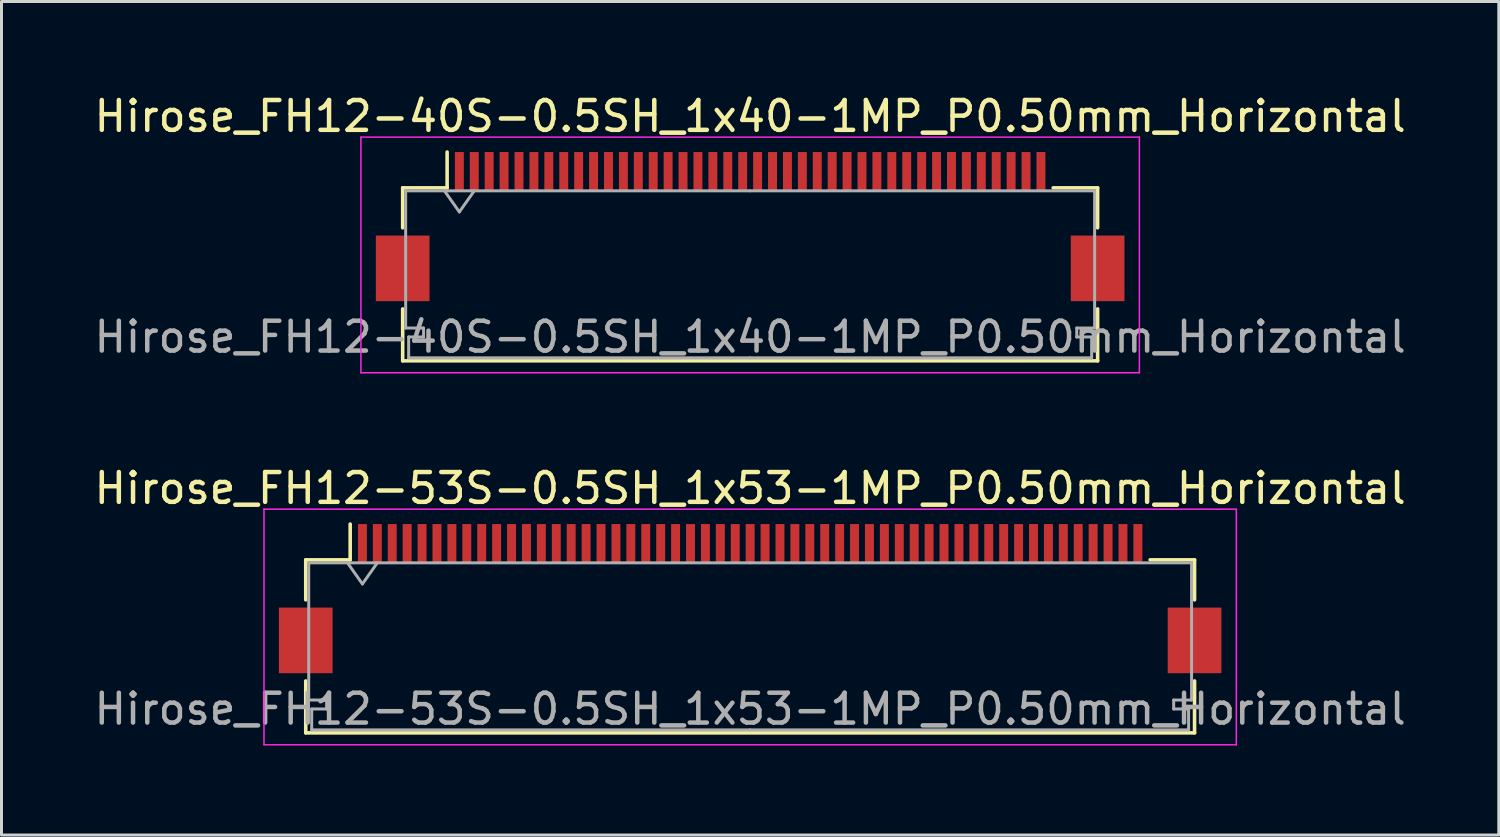
<source format=kicad_pcb>
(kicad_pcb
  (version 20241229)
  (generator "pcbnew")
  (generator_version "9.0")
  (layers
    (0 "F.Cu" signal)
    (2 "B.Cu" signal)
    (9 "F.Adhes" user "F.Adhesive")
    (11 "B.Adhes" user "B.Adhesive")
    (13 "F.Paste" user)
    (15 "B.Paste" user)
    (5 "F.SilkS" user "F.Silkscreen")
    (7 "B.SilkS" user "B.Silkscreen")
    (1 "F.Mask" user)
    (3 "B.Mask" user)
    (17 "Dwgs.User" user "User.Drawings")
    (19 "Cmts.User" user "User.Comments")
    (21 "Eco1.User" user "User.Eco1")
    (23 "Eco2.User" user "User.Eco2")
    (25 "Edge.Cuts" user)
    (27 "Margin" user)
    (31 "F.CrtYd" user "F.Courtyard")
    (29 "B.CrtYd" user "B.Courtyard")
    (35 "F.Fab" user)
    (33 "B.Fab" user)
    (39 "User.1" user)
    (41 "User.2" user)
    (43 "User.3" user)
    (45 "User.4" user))
  (footprint "Hirose_FH12-53S-0.5SH_1x53-1MP_P0.50mm_Horizontal"
    (layer "F.Cu")
    (at 22.101 17.021)
    (property "Reference" "Hirose_FH12-53S-0.5SH_1x53-1MP_P0.50mm_Horizontal" (at 0 -3.7 0) (layer "F.SilkS") (effects (font (size 1 1) (thickness 0.15))))
    (attr smd)
    (fp_line (start -14.9 -1.3) (end -14.9 0.04) (stroke (width 0.12) (type solid)) (layer "F.SilkS"))
    (fp_line (start -14.9 2.76) (end -14.9 4.5) (stroke (width 0.12) (type solid)) (layer "F.SilkS"))
    (fp_line (start -14.9 4.5) (end 14.9 4.5) (stroke (width 0.12) (type solid)) (layer "F.SilkS"))
    (fp_line (start -13.41 -1.3) (end -14.9 -1.3) (stroke (width 0.12) (type solid)) (layer "F.SilkS"))
    (fp_line (start -13.41 -1.3) (end -13.41 -2.5) (stroke (width 0.12) (type solid)) (layer "F.SilkS"))
    (fp_line (start 13.41 -1.3) (end 14.9 -1.3) (stroke (width 0.12) (type solid)) (layer "F.SilkS"))
    (fp_line (start 14.9 -1.3) (end 14.9 0.04) (stroke (width 0.12) (type solid)) (layer "F.SilkS"))
    (fp_line (start 14.9 4.5) (end 14.9 2.76) (stroke (width 0.12) (type solid)) (layer "F.SilkS"))
    (fp_line (start -16.3 -3) (end -16.3 4.9) (stroke (width 0.05) (type solid)) (layer "F.CrtYd"))
    (fp_line (start -16.3 4.9) (end 16.3 4.9) (stroke (width 0.05) (type solid)) (layer "F.CrtYd"))
    (fp_line (start 16.3 -3) (end -16.3 -3) (stroke (width 0.05) (type solid)) (layer "F.CrtYd"))
    (fp_line (start 16.3 4.9) (end 16.3 -3) (stroke (width 0.05) (type solid)) (layer "F.CrtYd"))
    (fp_line (start -14.8 -1.2) (end -14.8 3.4) (stroke (width 0.1) (type solid)) (layer "F.Fab"))
    (fp_line (start -14.8 3.4) (end -14.2 3.4) (stroke (width 0.1) (type solid)) (layer "F.Fab"))
    (fp_line (start -14.7 3.7) (end -14.7 4.4) (stroke (width 0.1) (type solid)) (layer "F.Fab"))
    (fp_line (start -14.7 4.4) (end 0 4.4) (stroke (width 0.1) (type solid)) (layer "F.Fab"))
    (fp_line (start -14.2 3.4) (end -14.2 3.7) (stroke (width 0.1) (type solid)) (layer "F.Fab"))
    (fp_line (start -14.2 3.7) (end -14.7 3.7) (stroke (width 0.1) (type solid)) (layer "F.Fab"))
    (fp_line (start -13.5 -1.2) (end -13 -0.493) (stroke (width 0.1) (type solid)) (layer "F.Fab"))
    (fp_line (start -13 -0.493) (end -12.5 -1.2) (stroke (width 0.1) (type solid)) (layer "F.Fab"))
    (fp_line (start 0 -1.2) (end -14.8 -1.2) (stroke (width 0.1) (type solid)) (layer "F.Fab"))
    (fp_line (start 0 -1.2) (end 14.8 -1.2) (stroke (width 0.1) (type solid)) (layer "F.Fab"))
    (fp_line (start 14.2 3.4) (end 14.2 3.7) (stroke (width 0.1) (type solid)) (layer "F.Fab"))
    (fp_line (start 14.2 3.7) (end 14.7 3.7) (stroke (width 0.1) (type solid)) (layer "F.Fab"))
    (fp_line (start 14.7 3.7) (end 14.7 4.4) (stroke (width 0.1) (type solid)) (layer "F.Fab"))
    (fp_line (start 14.7 4.4) (end 0 4.4) (stroke (width 0.1) (type solid)) (layer "F.Fab"))
    (fp_line (start 14.8 -1.2) (end 14.8 3.4) (stroke (width 0.1) (type solid)) (layer "F.Fab"))
    (fp_line (start 14.8 3.4) (end 14.2 3.4) (stroke (width 0.1) (type solid)) (layer "F.Fab"))
    (fp_text user "${REFERENCE}" (at 0 3.7 0) (layer "F.Fab") (effects (font (size 1 1) (thickness 0.15))))
    (pad "1" smd rect (at -13 -1.85) (size 0.3 1.3) (layers "F.Cu" "F.Mask" "F.Paste"))
    (pad "2" smd rect (at -12.5 -1.85) (size 0.3 1.3) (layers "F.Cu" "F.Mask" "F.Paste"))
    (pad "3" smd rect (at -12 -1.85) (size 0.3 1.3) (layers "F.Cu" "F.Mask" "F.Paste"))
    (pad "4" smd rect (at -11.5 -1.85) (size 0.3 1.3) (layers "F.Cu" "F.Mask" "F.Paste"))
    (pad "5" smd rect (at -11 -1.85) (size 0.3 1.3) (layers "F.Cu" "F.Mask" "F.Paste"))
    (pad "6" smd rect (at -10.5 -1.85) (size 0.3 1.3) (layers "F.Cu" "F.Mask" "F.Paste"))
    (pad "7" smd rect (at -10 -1.85) (size 0.3 1.3) (layers "F.Cu" "F.Mask" "F.Paste"))
    (pad "8" smd rect (at -9.5 -1.85) (size 0.3 1.3) (layers "F.Cu" "F.Mask" "F.Paste"))
    (pad "9" smd rect (at -9 -1.85) (size 0.3 1.3) (layers "F.Cu" "F.Mask" "F.Paste"))
    (pad "10" smd rect (at -8.5 -1.85) (size 0.3 1.3) (layers "F.Cu" "F.Mask" "F.Paste"))
    (pad "11" smd rect (at -8 -1.85) (size 0.3 1.3) (layers "F.Cu" "F.Mask" "F.Paste"))
    (pad "12" smd rect (at -7.5 -1.85) (size 0.3 1.3) (layers "F.Cu" "F.Mask" "F.Paste"))
    (pad "13" smd rect (at -7 -1.85) (size 0.3 1.3) (layers "F.Cu" "F.Mask" "F.Paste"))
    (pad "14" smd rect (at -6.5 -1.85) (size 0.3 1.3) (layers "F.Cu" "F.Mask" "F.Paste"))
    (pad "15" smd rect (at -6 -1.85) (size 0.3 1.3) (layers "F.Cu" "F.Mask" "F.Paste"))
    (pad "16" smd rect (at -5.5 -1.85) (size 0.3 1.3) (layers "F.Cu" "F.Mask" "F.Paste"))
    (pad "17" smd rect (at -5 -1.85) (size 0.3 1.3) (layers "F.Cu" "F.Mask" "F.Paste"))
    (pad "18" smd rect (at -4.5 -1.85) (size 0.3 1.3) (layers "F.Cu" "F.Mask" "F.Paste"))
    (pad "19" smd rect (at -4 -1.85) (size 0.3 1.3) (layers "F.Cu" "F.Mask" "F.Paste"))
    (pad "20" smd rect (at -3.5 -1.85) (size 0.3 1.3) (layers "F.Cu" "F.Mask" "F.Paste"))
    (pad "21" smd rect (at -3 -1.85) (size 0.3 1.3) (layers "F.Cu" "F.Mask" "F.Paste"))
    (pad "22" smd rect (at -2.5 -1.85) (size 0.3 1.3) (layers "F.Cu" "F.Mask" "F.Paste"))
    (pad "23" smd rect (at -2 -1.85) (size 0.3 1.3) (layers "F.Cu" "F.Mask" "F.Paste"))
    (pad "24" smd rect (at -1.5 -1.85) (size 0.3 1.3) (layers "F.Cu" "F.Mask" "F.Paste"))
    (pad "25" smd rect (at -1 -1.85) (size 0.3 1.3) (layers "F.Cu" "F.Mask" "F.Paste"))
    (pad "26" smd rect (at -0.5 -1.85) (size 0.3 1.3) (layers "F.Cu" "F.Mask" "F.Paste"))
    (pad "27" smd rect (at 0 -1.85) (size 0.3 1.3) (layers "F.Cu" "F.Mask" "F.Paste"))
    (pad "28" smd rect (at 0.5 -1.85) (size 0.3 1.3) (layers "F.Cu" "F.Mask" "F.Paste"))
    (pad "29" smd rect (at 1 -1.85) (size 0.3 1.3) (layers "F.Cu" "F.Mask" "F.Paste"))
    (pad "30" smd rect (at 1.5 -1.85) (size 0.3 1.3) (layers "F.Cu" "F.Mask" "F.Paste"))
    (pad "31" smd rect (at 2 -1.85) (size 0.3 1.3) (layers "F.Cu" "F.Mask" "F.Paste"))
    (pad "32" smd rect (at 2.5 -1.85) (size 0.3 1.3) (layers "F.Cu" "F.Mask" "F.Paste"))
    (pad "33" smd rect (at 3 -1.85) (size 0.3 1.3) (layers "F.Cu" "F.Mask" "F.Paste"))
    (pad "34" smd rect (at 3.5 -1.85) (size 0.3 1.3) (layers "F.Cu" "F.Mask" "F.Paste"))
    (pad "35" smd rect (at 4 -1.85) (size 0.3 1.3) (layers "F.Cu" "F.Mask" "F.Paste"))
    (pad "36" smd rect (at 4.5 -1.85) (size 0.3 1.3) (layers "F.Cu" "F.Mask" "F.Paste"))
    (pad "37" smd rect (at 5 -1.85) (size 0.3 1.3) (layers "F.Cu" "F.Mask" "F.Paste"))
    (pad "38" smd rect (at 5.5 -1.85) (size 0.3 1.3) (layers "F.Cu" "F.Mask" "F.Paste"))
    (pad "39" smd rect (at 6 -1.85) (size 0.3 1.3) (layers "F.Cu" "F.Mask" "F.Paste"))
    (pad "40" smd rect (at 6.5 -1.85) (size 0.3 1.3) (layers "F.Cu" "F.Mask" "F.Paste"))
    (pad "41" smd rect (at 7 -1.85) (size 0.3 1.3) (layers "F.Cu" "F.Mask" "F.Paste"))
    (pad "42" smd rect (at 7.5 -1.85) (size 0.3 1.3) (layers "F.Cu" "F.Mask" "F.Paste"))
    (pad "43" smd rect (at 8 -1.85) (size 0.3 1.3) (layers "F.Cu" "F.Mask" "F.Paste"))
    (pad "44" smd rect (at 8.5 -1.85) (size 0.3 1.3) (layers "F.Cu" "F.Mask" "F.Paste"))
    (pad "45" smd rect (at 9 -1.85) (size 0.3 1.3) (layers "F.Cu" "F.Mask" "F.Paste"))
    (pad "46" smd rect (at 9.5 -1.85) (size 0.3 1.3) (layers "F.Cu" "F.Mask" "F.Paste"))
    (pad "47" smd rect (at 10 -1.85) (size 0.3 1.3) (layers "F.Cu" "F.Mask" "F.Paste"))
    (pad "48" smd rect (at 10.5 -1.85) (size 0.3 1.3) (layers "F.Cu" "F.Mask" "F.Paste"))
    (pad "49" smd rect (at 11 -1.85) (size 0.3 1.3) (layers "F.Cu" "F.Mask" "F.Paste"))
    (pad "50" smd rect (at 11.5 -1.85) (size 0.3 1.3) (layers "F.Cu" "F.Mask" "F.Paste"))
    (pad "51" smd rect (at 12 -1.85) (size 0.3 1.3) (layers "F.Cu" "F.Mask" "F.Paste"))
    (pad "52" smd rect (at 12.5 -1.85) (size 0.3 1.3) (layers "F.Cu" "F.Mask" "F.Paste"))
    (pad "53" smd rect (at 13 -1.85) (size 0.3 1.3) (layers "F.Cu" "F.Mask" "F.Paste"))
    (pad "MP" smd rect (at -14.9 1.4) (size 1.8 2.2) (layers "F.Cu" "F.Mask" "F.Paste"))
    (pad "MP" smd rect (at 14.9 1.4) (size 1.8 2.2) (layers "F.Cu" "F.Mask" "F.Paste")))
  (footprint "Hirose_FH12-40S-0.5SH_1x40-1MP_P0.50mm_Horizontal"
    (layer "F.Cu")
    (at 22.101 4.548)
    (property "Reference" "Hirose_FH12-40S-0.5SH_1x40-1MP_P0.50mm_Horizontal" (at 0 -3.7 0) (layer "F.SilkS") (effects (font (size 1 1) (thickness 0.15))))
    (attr smd)
    (fp_line (start -11.65 -1.3) (end -11.65 0.04) (stroke (width 0.12) (type solid)) (layer "F.SilkS"))
    (fp_line (start -11.65 2.76) (end -11.65 4.5) (stroke (width 0.12) (type solid)) (layer "F.SilkS"))
    (fp_line (start -11.65 4.5) (end 11.65 4.5) (stroke (width 0.12) (type solid)) (layer "F.SilkS"))
    (fp_line (start -10.16 -1.3) (end -11.65 -1.3) (stroke (width 0.12) (type solid)) (layer "F.SilkS"))
    (fp_line (start -10.16 -1.3) (end -10.16 -2.5) (stroke (width 0.12) (type solid)) (layer "F.SilkS"))
    (fp_line (start 10.16 -1.3) (end 11.65 -1.3) (stroke (width 0.12) (type solid)) (layer "F.SilkS"))
    (fp_line (start 11.65 -1.3) (end 11.65 0.04) (stroke (width 0.12) (type solid)) (layer "F.SilkS"))
    (fp_line (start 11.65 4.5) (end 11.65 2.76) (stroke (width 0.12) (type solid)) (layer "F.SilkS"))
    (fp_line (start -13.05 -3) (end -13.05 4.9) (stroke (width 0.05) (type solid)) (layer "F.CrtYd"))
    (fp_line (start -13.05 4.9) (end 13.05 4.9) (stroke (width 0.05) (type solid)) (layer "F.CrtYd"))
    (fp_line (start 13.05 -3) (end -13.05 -3) (stroke (width 0.05) (type solid)) (layer "F.CrtYd"))
    (fp_line (start 13.05 4.9) (end 13.05 -3) (stroke (width 0.05) (type solid)) (layer "F.CrtYd"))
    (fp_line (start -11.55 -1.2) (end -11.55 3.4) (stroke (width 0.1) (type solid)) (layer "F.Fab"))
    (fp_line (start -11.55 3.4) (end -10.95 3.4) (stroke (width 0.1) (type solid)) (layer "F.Fab"))
    (fp_line (start -11.45 3.7) (end -11.45 4.4) (stroke (width 0.1) (type solid)) (layer "F.Fab"))
    (fp_line (start -11.45 4.4) (end 0 4.4) (stroke (width 0.1) (type solid)) (layer "F.Fab"))
    (fp_line (start -10.95 3.4) (end -10.95 3.7) (stroke (width 0.1) (type solid)) (layer "F.Fab"))
    (fp_line (start -10.95 3.7) (end -11.45 3.7) (stroke (width 0.1) (type solid)) (layer "F.Fab"))
    (fp_line (start -10.25 -1.2) (end -9.75 -0.493) (stroke (width 0.1) (type solid)) (layer "F.Fab"))
    (fp_line (start -9.75 -0.493) (end -9.25 -1.2) (stroke (width 0.1) (type solid)) (layer "F.Fab"))
    (fp_line (start 0 -1.2) (end -11.55 -1.2) (stroke (width 0.1) (type solid)) (layer "F.Fab"))
    (fp_line (start 0 -1.2) (end 11.55 -1.2) (stroke (width 0.1) (type solid)) (layer "F.Fab"))
    (fp_line (start 10.95 3.4) (end 10.95 3.7) (stroke (width 0.1) (type solid)) (layer "F.Fab"))
    (fp_line (start 10.95 3.7) (end 11.45 3.7) (stroke (width 0.1) (type solid)) (layer "F.Fab"))
    (fp_line (start 11.45 3.7) (end 11.45 4.4) (stroke (width 0.1) (type solid)) (layer "F.Fab"))
    (fp_line (start 11.45 4.4) (end 0 4.4) (stroke (width 0.1) (type solid)) (layer "F.Fab"))
    (fp_line (start 11.55 -1.2) (end 11.55 3.4) (stroke (width 0.1) (type solid)) (layer "F.Fab"))
    (fp_line (start 11.55 3.4) (end 10.95 3.4) (stroke (width 0.1) (type solid)) (layer "F.Fab"))
    (fp_text user "${REFERENCE}" (at 0 3.7 0) (layer "F.Fab") (effects (font (size 1 1) (thickness 0.15))))
    (pad "1" smd rect (at -9.75 -1.85) (size 0.3 1.3) (layers "F.Cu" "F.Mask" "F.Paste"))
    (pad "2" smd rect (at -9.25 -1.85) (size 0.3 1.3) (layers "F.Cu" "F.Mask" "F.Paste"))
    (pad "3" smd rect (at -8.75 -1.85) (size 0.3 1.3) (layers "F.Cu" "F.Mask" "F.Paste"))
    (pad "4" smd rect (at -8.25 -1.85) (size 0.3 1.3) (layers "F.Cu" "F.Mask" "F.Paste"))
    (pad "5" smd rect (at -7.75 -1.85) (size 0.3 1.3) (layers "F.Cu" "F.Mask" "F.Paste"))
    (pad "6" smd rect (at -7.25 -1.85) (size 0.3 1.3) (layers "F.Cu" "F.Mask" "F.Paste"))
    (pad "7" smd rect (at -6.75 -1.85) (size 0.3 1.3) (layers "F.Cu" "F.Mask" "F.Paste"))
    (pad "8" smd rect (at -6.25 -1.85) (size 0.3 1.3) (layers "F.Cu" "F.Mask" "F.Paste"))
    (pad "9" smd rect (at -5.75 -1.85) (size 0.3 1.3) (layers "F.Cu" "F.Mask" "F.Paste"))
    (pad "10" smd rect (at -5.25 -1.85) (size 0.3 1.3) (layers "F.Cu" "F.Mask" "F.Paste"))
    (pad "11" smd rect (at -4.75 -1.85) (size 0.3 1.3) (layers "F.Cu" "F.Mask" "F.Paste"))
    (pad "12" smd rect (at -4.25 -1.85) (size 0.3 1.3) (layers "F.Cu" "F.Mask" "F.Paste"))
    (pad "13" smd rect (at -3.75 -1.85) (size 0.3 1.3) (layers "F.Cu" "F.Mask" "F.Paste"))
    (pad "14" smd rect (at -3.25 -1.85) (size 0.3 1.3) (layers "F.Cu" "F.Mask" "F.Paste"))
    (pad "15" smd rect (at -2.75 -1.85) (size 0.3 1.3) (layers "F.Cu" "F.Mask" "F.Paste"))
    (pad "16" smd rect (at -2.25 -1.85) (size 0.3 1.3) (layers "F.Cu" "F.Mask" "F.Paste"))
    (pad "17" smd rect (at -1.75 -1.85) (size 0.3 1.3) (layers "F.Cu" "F.Mask" "F.Paste"))
    (pad "18" smd rect (at -1.25 -1.85) (size 0.3 1.3) (layers "F.Cu" "F.Mask" "F.Paste"))
    (pad "19" smd rect (at -0.75 -1.85) (size 0.3 1.3) (layers "F.Cu" "F.Mask" "F.Paste"))
    (pad "20" smd rect (at -0.25 -1.85) (size 0.3 1.3) (layers "F.Cu" "F.Mask" "F.Paste"))
    (pad "21" smd rect (at 0.25 -1.85) (size 0.3 1.3) (layers "F.Cu" "F.Mask" "F.Paste"))
    (pad "22" smd rect (at 0.75 -1.85) (size 0.3 1.3) (layers "F.Cu" "F.Mask" "F.Paste"))
    (pad "23" smd rect (at 1.25 -1.85) (size 0.3 1.3) (layers "F.Cu" "F.Mask" "F.Paste"))
    (pad "24" smd rect (at 1.75 -1.85) (size 0.3 1.3) (layers "F.Cu" "F.Mask" "F.Paste"))
    (pad "25" smd rect (at 2.25 -1.85) (size 0.3 1.3) (layers "F.Cu" "F.Mask" "F.Paste"))
    (pad "26" smd rect (at 2.75 -1.85) (size 0.3 1.3) (layers "F.Cu" "F.Mask" "F.Paste"))
    (pad "27" smd rect (at 3.25 -1.85) (size 0.3 1.3) (layers "F.Cu" "F.Mask" "F.Paste"))
    (pad "28" smd rect (at 3.75 -1.85) (size 0.3 1.3) (layers "F.Cu" "F.Mask" "F.Paste"))
    (pad "29" smd rect (at 4.25 -1.85) (size 0.3 1.3) (layers "F.Cu" "F.Mask" "F.Paste"))
    (pad "30" smd rect (at 4.75 -1.85) (size 0.3 1.3) (layers "F.Cu" "F.Mask" "F.Paste"))
    (pad "31" smd rect (at 5.25 -1.85) (size 0.3 1.3) (layers "F.Cu" "F.Mask" "F.Paste"))
    (pad "32" smd rect (at 5.75 -1.85) (size 0.3 1.3) (layers "F.Cu" "F.Mask" "F.Paste"))
    (pad "33" smd rect (at 6.25 -1.85) (size 0.3 1.3) (layers "F.Cu" "F.Mask" "F.Paste"))
    (pad "34" smd rect (at 6.75 -1.85) (size 0.3 1.3) (layers "F.Cu" "F.Mask" "F.Paste"))
    (pad "35" smd rect (at 7.25 -1.85) (size 0.3 1.3) (layers "F.Cu" "F.Mask" "F.Paste"))
    (pad "36" smd rect (at 7.75 -1.85) (size 0.3 1.3) (layers "F.Cu" "F.Mask" "F.Paste"))
    (pad "37" smd rect (at 8.25 -1.85) (size 0.3 1.3) (layers "F.Cu" "F.Mask" "F.Paste"))
    (pad "38" smd rect (at 8.75 -1.85) (size 0.3 1.3) (layers "F.Cu" "F.Mask" "F.Paste"))
    (pad "39" smd rect (at 9.25 -1.85) (size 0.3 1.3) (layers "F.Cu" "F.Mask" "F.Paste"))
    (pad "40" smd rect (at 9.75 -1.85) (size 0.3 1.3) (layers "F.Cu" "F.Mask" "F.Paste"))
    (pad "MP" smd rect (at -11.65 1.4) (size 1.8 2.2) (layers "F.Cu" "F.Mask" "F.Paste"))
    (pad "MP" smd rect (at 11.65 1.4) (size 1.8 2.2) (layers "F.Cu" "F.Mask" "F.Paste")))
  (gr_rect
    (start -3 -3)
    (end 47.202 24.947)
    (stroke (width 0.1) (type default))
    (fill no)
    (layer "Edge.Cuts")))
</source>
